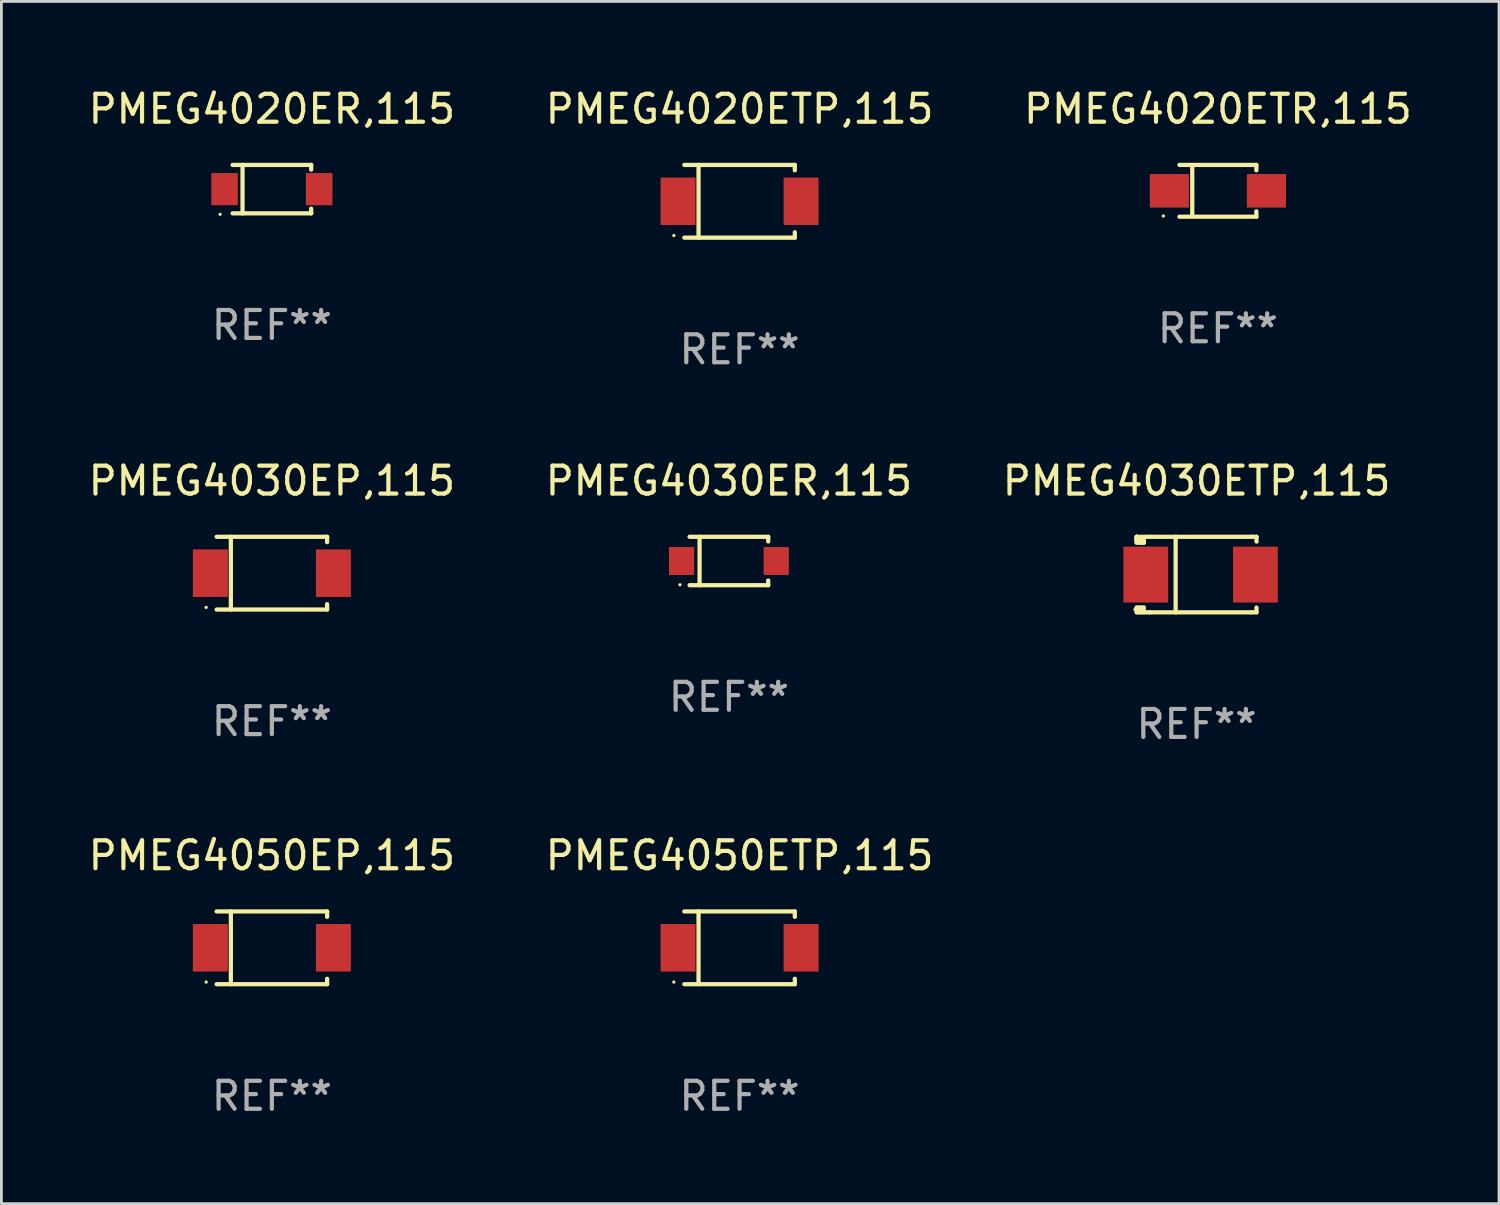
<source format=kicad_pcb>
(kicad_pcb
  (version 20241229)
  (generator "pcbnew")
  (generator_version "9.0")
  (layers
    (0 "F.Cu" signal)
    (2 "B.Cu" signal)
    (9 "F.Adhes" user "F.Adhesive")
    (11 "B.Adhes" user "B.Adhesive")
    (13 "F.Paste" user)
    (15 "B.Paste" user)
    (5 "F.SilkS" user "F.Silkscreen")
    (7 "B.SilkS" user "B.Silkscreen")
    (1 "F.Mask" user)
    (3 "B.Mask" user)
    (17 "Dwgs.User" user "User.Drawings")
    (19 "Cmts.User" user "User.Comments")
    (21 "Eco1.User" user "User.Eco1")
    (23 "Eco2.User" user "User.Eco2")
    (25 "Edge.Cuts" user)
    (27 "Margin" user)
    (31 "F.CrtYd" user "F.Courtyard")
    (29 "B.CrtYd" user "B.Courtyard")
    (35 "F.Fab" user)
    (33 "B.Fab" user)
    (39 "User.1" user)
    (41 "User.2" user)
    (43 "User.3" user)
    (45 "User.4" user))
  (footprint "PMEG4020ETR,115"
    (layer "F.Cu")
    (at 40.506 3.774)
    (property "Reference" "PMEG4020ETR,115" (at 0 -2.926 0) (layer "F.SilkS") (effects (font (size 1 1) (thickness 0.15))))
    (attr through_hole)
    (fp_line (start -1.376 -0.926) (end 1.376 -0.926) (stroke (width 0.152) (type solid)) (layer "F.SilkS"))
    (fp_line (start -1.376 0.926) (end 1.376 0.926) (stroke (width 0.152) (type solid)) (layer "F.SilkS"))
    (fp_line (start -0.917 -0.876) (end -0.917 0.876) (stroke (width 0.152) (type solid)) (layer "F.SilkS"))
    (fp_line (start 1.376 -0.926) (end 1.376 -0.733) (stroke (width 0.152) (type solid)) (layer "F.SilkS"))
    (fp_line (start 1.376 0.926) (end 1.376 0.733) (stroke (width 0.152) (type solid)) (layer "F.SilkS"))
    (fp_circle (center -1.95 0.9) (end -1.92 0.9) (stroke (width 0.06) (type solid)) (fill no) (layer "F.SilkS"))
    (fp_text user "REF**" (at 0 4.926 0) (layer "F.Fab") (effects (font (size 1 1) (thickness 0.15))))
    (pad "1" smd rect (at -1.735 0) (size 1.4 1.2) (layers "F.Cu" "F.Mask" "F.Paste"))
    (pad "2" smd rect (at 1.735 0) (size 1.4 1.2) (layers "F.Cu" "F.Mask" "F.Paste")))
  (footprint "PMEG4030ETP,115"
    (layer "F.Cu")
    (at 39.744 17.498)
    (property "Reference" "PMEG4030ETP,115" (at 0 -3.351 0) (layer "F.SilkS") (effects (font (size 1 1) (thickness 0.15))))
    (attr through_hole)
    (fp_line (start -2.143 -1.351) (end -2.143 -1.27) (stroke (width 0.152) (type solid)) (layer "F.SilkS"))
    (fp_line (start -2.143 -1.351) (end -2.143 -1.143) (stroke (width 0.152) (type solid)) (layer "F.SilkS"))
    (fp_line (start -2.143 -1.27) (end -2.016 -1.27) (stroke (width 0.152) (type solid)) (layer "F.SilkS"))
    (fp_line (start -2.143 -1.18) (end -2.143 -1.351) (stroke (width 0.152) (type solid)) (layer "F.SilkS"))
    (fp_line (start -2.143 -1.143) (end -2.016 -1.143) (stroke (width 0.152) (type solid)) (layer "F.SilkS"))
    (fp_line (start -2.143 1.351) (end -2.143 1.18) (stroke (width 0.152) (type solid)) (layer "F.SilkS"))
    (fp_line (start -2.016 -1.27) (end -2.016 -1.18) (stroke (width 0.152) (type solid)) (layer "F.SilkS"))
    (fp_line (start -2.016 -1.18) (end -1.897 -1.18) (stroke (width 0.152) (type solid)) (layer "F.SilkS"))
    (fp_line (start -2.016 -1.143) (end -2.016 -1.18) (stroke (width 0.152) (type solid)) (layer "F.SilkS"))
    (fp_line (start -2.016 -1.143) (end -2.007 -1.143) (stroke (width 0.152) (type solid)) (layer "F.SilkS"))
    (fp_line (start -2.007 -1.143) (end -2.007 -1.143) (stroke (width 0.152) (type solid)) (layer "F.SilkS"))
    (fp_line (start -2.007 1.18) (end -2.007 1.351) (stroke (width 0.152) (type solid)) (layer "F.SilkS"))
    (fp_line (start -1.89 -1.143) (end -1.89 -1.143) (stroke (width 0.152) (type solid)) (layer "F.SilkS"))
    (fp_line (start -1.89 1.18) (end -2.143 1.18) (stroke (width 0.152) (type solid)) (layer "F.SilkS"))
    (fp_line (start -1.89 1.18) (end -1.89 1.351) (stroke (width 0.152) (type solid)) (layer "F.SilkS"))
    (fp_line (start -1.889 -1.143) (end -2.016 -1.143) (stroke (width 0.152) (type solid)) (layer "F.SilkS"))
    (fp_line (start -1.889 -1.143) (end -1.89 -1.143) (stroke (width 0.152) (type solid)) (layer "F.SilkS"))
    (fp_line (start -1.889 -1.143) (end -1.889 -1.314) (stroke (width 0.152) (type solid)) (layer "F.SilkS"))
    (fp_line (start -1.683 -1.351) (end -2.143 -1.351) (stroke (width 0.152) (type solid)) (layer "F.SilkS"))
    (fp_line (start -1.683 -1.351) (end 1.969 -1.351) (stroke (width 0.152) (type solid)) (layer "F.SilkS"))
    (fp_line (start -1.683 1.351) (end -2.143 1.351) (stroke (width 0.152) (type solid)) (layer "F.SilkS"))
    (fp_line (start -1.683 1.351) (end 1.969 1.351) (stroke (width 0.152) (type solid)) (layer "F.SilkS"))
    (fp_line (start -0.749 -1.351) (end -0.749 1.351) (stroke (width 0.152) (type solid)) (layer "F.SilkS"))
    (fp_line (start 1.969 -1.351) (end 2.143 -1.351) (stroke (width 0.152) (type solid)) (layer "F.SilkS"))
    (fp_line (start 2.142 1.181) (end 2.142 1.351) (stroke (width 0.152) (type solid)) (layer "F.SilkS"))
    (fp_line (start 2.142 1.351) (end 1.969 1.351) (stroke (width 0.152) (type solid)) (layer "F.SilkS"))
    (fp_line (start 2.143 -1.351) (end 2.143 -1.18) (stroke (width 0.152) (type solid)) (layer "F.SilkS"))
    (fp_circle (center -2.207 1.25) (end -2.177 1.25) (stroke (width 0.06) (type solid)) (fill no) (layer "F.SilkS"))
    (fp_text user "REF**" (at 0 5.351 0) (layer "F.Fab") (effects (font (size 1 1) (thickness 0.15))))
    (pad "1" smd rect (at -1.817 0.000102) (size 1.6 2) (layers "F.Cu" "F.Mask" "F.Paste"))
    (pad "2" smd rect (at 2.103 0.000102) (size 1.6 2) (layers "F.Cu" "F.Mask" "F.Paste")))
  (footprint "PMEG4050ETP,115"
    (layer "F.Cu")
    (at 23.399 30.847)
    (property "Reference" "PMEG4050ETP,115" (at 0 -3.301 0) (layer "F.SilkS") (effects (font (size 1 1) (thickness 0.15))))
    (attr through_hole)
    (fp_line (start -1.976 -1.301) (end 1.976 -1.301) (stroke (width 0.152) (type solid)) (layer "F.SilkS"))
    (fp_line (start -1.976 1.301) (end 1.976 1.301) (stroke (width 0.152) (type solid)) (layer "F.SilkS"))
    (fp_line (start -1.467 -1.301) (end -1.467 1.301) (stroke (width 0.152) (type solid)) (layer "F.SilkS"))
    (fp_line (start 1.976 -1.301) (end 1.976 -1.108) (stroke (width 0.152) (type solid)) (layer "F.SilkS"))
    (fp_line (start 1.976 1.301) (end 1.976 1.108) (stroke (width 0.152) (type solid)) (layer "F.SilkS"))
    (fp_circle (center -2.35 1.225) (end -2.32 1.225) (stroke (width 0.06) (type solid)) (fill no) (layer "F.SilkS"))
    (fp_text user "REF**" (at 0 5.301 0) (layer "F.Fab") (effects (font (size 1 1) (thickness 0.15))))
    (pad "1" smd rect (at -2.2 0 180) (size 1.25 1.7) (layers "F.Cu" "F.Mask" "F.Paste"))
    (pad "2" smd rect (at 2.2 0 180) (size 1.25 1.7) (layers "F.Cu" "F.Mask" "F.Paste")))
  (footprint "PMEG4030ER,115"
    (layer "F.Cu")
    (at 23.018 17.013)
    (property "Reference" "PMEG4030ER,115" (at 0 -2.866 0) (layer "F.SilkS") (effects (font (size 1 1) (thickness 0.15))))
    (attr through_hole)
    (fp_line (start -1.406 -0.866) (end 1.406 -0.866) (stroke (width 0.152) (type solid)) (layer "F.SilkS"))
    (fp_line (start -1.406 0.866) (end 1.406 0.866) (stroke (width 0.152) (type solid)) (layer "F.SilkS"))
    (fp_line (start -1.049 -0.866) (end -1.049 0.866) (stroke (width 0.152) (type solid)) (layer "F.SilkS"))
    (fp_line (start 1.406 -0.866) (end 1.406 -0.698) (stroke (width 0.152) (type solid)) (layer "F.SilkS"))
    (fp_line (start 1.406 0.866) (end 1.406 0.698) (stroke (width 0.152) (type solid)) (layer "F.SilkS"))
    (fp_circle (center -1.75 0.85) (end -1.72 0.85) (stroke (width 0.06) (type solid)) (fill no) (layer "F.SilkS"))
    (fp_text user "REF**" (at 0 4.866 0) (layer "F.Fab") (effects (font (size 1 1) (thickness 0.15))))
    (pad "1" smd rect (at -1.692 0) (size 0.9 1) (layers "F.Cu" "F.Mask" "F.Paste"))
    (pad "2" smd rect (at 1.692 0) (size 0.9 1) (layers "F.Cu" "F.Mask" "F.Paste")))
  (footprint "PMEG4050EP,115"
    (layer "F.Cu")
    (at 6.673 30.847)
    (property "Reference" "PMEG4050EP,115" (at 0 -3.301 0) (layer "F.SilkS") (effects (font (size 1 1) (thickness 0.15))))
    (attr through_hole)
    (fp_line (start -1.976 -1.301) (end 1.976 -1.301) (stroke (width 0.152) (type solid)) (layer "F.SilkS"))
    (fp_line (start -1.976 1.301) (end 1.976 1.301) (stroke (width 0.152) (type solid)) (layer "F.SilkS"))
    (fp_line (start -1.467 -1.301) (end -1.467 1.301) (stroke (width 0.152) (type solid)) (layer "F.SilkS"))
    (fp_line (start 1.976 -1.301) (end 1.976 -1.108) (stroke (width 0.152) (type solid)) (layer "F.SilkS"))
    (fp_line (start 1.976 1.301) (end 1.976 1.108) (stroke (width 0.152) (type solid)) (layer "F.SilkS"))
    (fp_circle (center -2.35 1.225) (end -2.32 1.225) (stroke (width 0.06) (type solid)) (fill no) (layer "F.SilkS"))
    (fp_text user "REF**" (at 0 5.301 0) (layer "F.Fab") (effects (font (size 1 1) (thickness 0.15))))
    (pad "1" smd rect (at -2.2 0 180) (size 1.25 1.7) (layers "F.Cu" "F.Mask" "F.Paste"))
    (pad "2" smd rect (at 2.2 0 180) (size 1.25 1.7) (layers "F.Cu" "F.Mask" "F.Paste")))
  (footprint "PMEG4020ER,115"
    (layer "F.Cu")
    (at 6.673 3.714)
    (property "Reference" "PMEG4020ER,115" (at 0 -2.866 0) (layer "F.SilkS") (effects (font (size 1 1) (thickness 0.15))))
    (attr through_hole)
    (fp_line (start -1.406 -0.866) (end 1.406 -0.866) (stroke (width 0.152) (type solid)) (layer "F.SilkS"))
    (fp_line (start -1.406 0.866) (end 1.406 0.866) (stroke (width 0.152) (type solid)) (layer "F.SilkS"))
    (fp_line (start -1.049 -0.866) (end -1.049 0.866) (stroke (width 0.152) (type solid)) (layer "F.SilkS"))
    (fp_line (start 1.406 -0.866) (end 1.406 -0.698) (stroke (width 0.152) (type solid)) (layer "F.SilkS"))
    (fp_line (start 1.406 0.866) (end 1.406 0.698) (stroke (width 0.152) (type solid)) (layer "F.SilkS"))
    (fp_circle (center -1.851 0.9) (end -1.821 0.9) (stroke (width 0.06) (type solid)) (fill no) (layer "F.SilkS"))
    (fp_text user "REF**" (at 0 4.866 0) (layer "F.Fab") (effects (font (size 1 1) (thickness 0.15))))
    (pad "1" smd rect (at -1.692 0) (size 0.95 1.15) (layers "F.Cu" "F.Mask" "F.Paste"))
    (pad "2" smd rect (at 1.692 0) (size 0.95 1.15) (layers "F.Cu" "F.Mask" "F.Paste")))
  (footprint "PMEG4020ETP,115"
    (layer "F.Cu")
    (at 23.399 4.149)
    (property "Reference" "PMEG4020ETP,115" (at 0 -3.301 0) (layer "F.SilkS") (effects (font (size 1 1) (thickness 0.15))))
    (attr through_hole)
    (fp_line (start -1.976 -1.301) (end 1.976 -1.301) (stroke (width 0.152) (type solid)) (layer "F.SilkS"))
    (fp_line (start -1.976 1.301) (end 1.976 1.301) (stroke (width 0.152) (type solid)) (layer "F.SilkS"))
    (fp_line (start -1.467 -1.301) (end -1.467 1.301) (stroke (width 0.152) (type solid)) (layer "F.SilkS"))
    (fp_line (start 1.976 -1.301) (end 1.976 -1.108) (stroke (width 0.152) (type solid)) (layer "F.SilkS"))
    (fp_line (start 1.976 1.301) (end 1.976 1.108) (stroke (width 0.152) (type solid)) (layer "F.SilkS"))
    (fp_circle (center -2.35 1.225) (end -2.32 1.225) (stroke (width 0.06) (type solid)) (fill no) (layer "F.SilkS"))
    (fp_text user "REF**" (at 0 5.301 0) (layer "F.Fab") (effects (font (size 1 1) (thickness 0.15))))
    (pad "1" smd rect (at -2.2 0 180) (size 1.25 1.7) (layers "F.Cu" "F.Mask" "F.Paste"))
    (pad "2" smd rect (at 2.2 0 180) (size 1.25 1.7) (layers "F.Cu" "F.Mask" "F.Paste")))
  (footprint "PMEG4030EP,115"
    (layer "F.Cu")
    (at 6.673 17.448)
    (property "Reference" "PMEG4030EP,115" (at 0 -3.301 0) (layer "F.SilkS") (effects (font (size 1 1) (thickness 0.15))))
    (attr through_hole)
    (fp_line (start -1.976 -1.301) (end 1.976 -1.301) (stroke (width 0.152) (type solid)) (layer "F.SilkS"))
    (fp_line (start -1.976 1.301) (end 1.976 1.301) (stroke (width 0.152) (type solid)) (layer "F.SilkS"))
    (fp_line (start -1.467 -1.301) (end -1.467 1.301) (stroke (width 0.152) (type solid)) (layer "F.SilkS"))
    (fp_line (start 1.976 -1.301) (end 1.976 -1.108) (stroke (width 0.152) (type solid)) (layer "F.SilkS"))
    (fp_line (start 1.976 1.301) (end 1.976 1.108) (stroke (width 0.152) (type solid)) (layer "F.SilkS"))
    (fp_circle (center -2.35 1.225) (end -2.32 1.225) (stroke (width 0.06) (type solid)) (fill no) (layer "F.SilkS"))
    (fp_text user "REF**" (at 0 5.301 0) (layer "F.Fab") (effects (font (size 1 1) (thickness 0.15))))
    (pad "1" smd rect (at -2.2 0 180) (size 1.25 1.7) (layers "F.Cu" "F.Mask" "F.Paste"))
    (pad "2" smd rect (at 2.2 0 180) (size 1.25 1.7) (layers "F.Cu" "F.Mask" "F.Paste")))
  (gr_rect
    (start -3 -3)
    (end 50.56 39.997)
    (stroke (width 0.1) (type default))
    (fill no)
    (layer "Edge.Cuts")))
</source>
